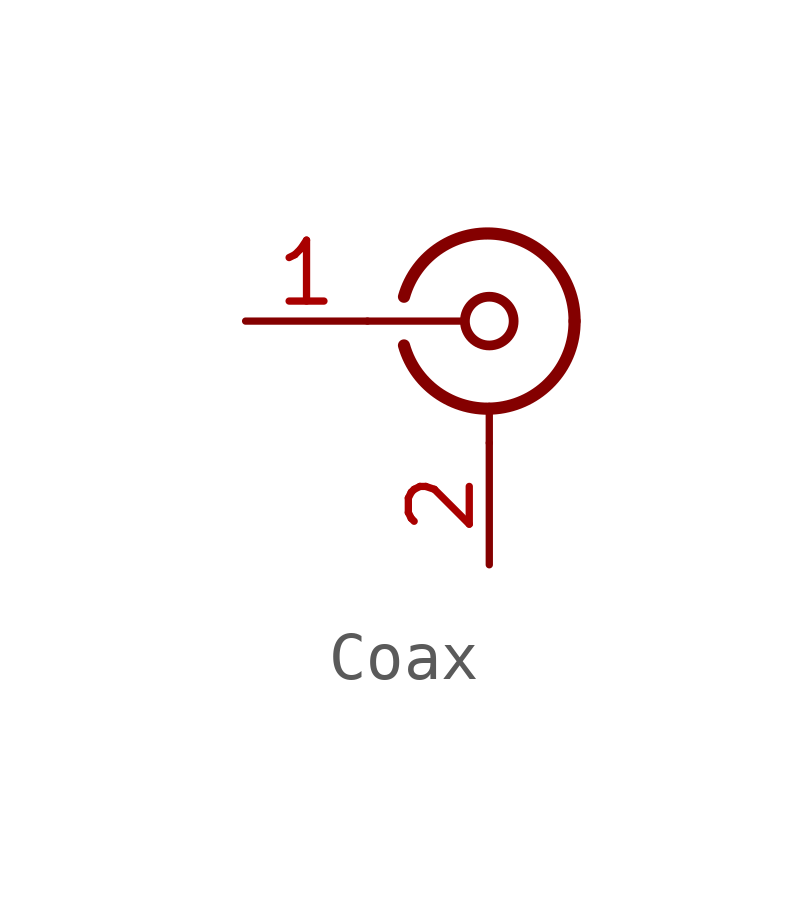
<source format=kicad_sym>
(kicad_symbol_lib
  (version 20211014)
  (generator kicad_symbol_editor)
  (symbol "Coax"
    (pin_names
      (offset 1.016) hide)
    (property "Reference" "J"
      (at 0 7.62 0)
      (effects (font (size 1.27 1.27)) hide))
    (symbol "Coax_0_1"
      (arc (start -1.778 -0.508) (mid 0.222 -1.808) (end 1.778 0) (stroke (width 0.254) (type default) (color 0 0 0 0)) (fill (type none)))
      (polyline (pts (xy -2.54 0) (xy -0.508 0)) (stroke (width 0) (type default) (color 0 0 0 0)) (fill (type none)))
      (polyline (pts (xy 0 -2.54) (xy 0 -1.778)) (stroke (width 0) (type default) (color 0 0 0 0)) (fill (type none)))
      (circle (center 0 0) (radius 0.508) (stroke (width 0.203) (type default) (color 0 0 0 0)) (fill (type none)))
      (arc (start 1.778 0) (mid 0.222 1.8083) (end -1.778 0.508) (stroke (width 0.254) (type default) (color 0 0 0 0)) (fill (type none))))
    (symbol "Coax_1_1"
      (pin passive line (at -5.08 0 0) (length 2.54) (name "In" (effects (font (size 1.27 1.27)))) (number "1" (effects (font (size 1.27 1.27)))))
      (pin passive line (at 0 -5.08 90) (length 2.54) (name "Ext" (effects (font (size 1.27 1.27)))) (number "2" (effects (font (size 1.27 1.27))))))))
</source>
